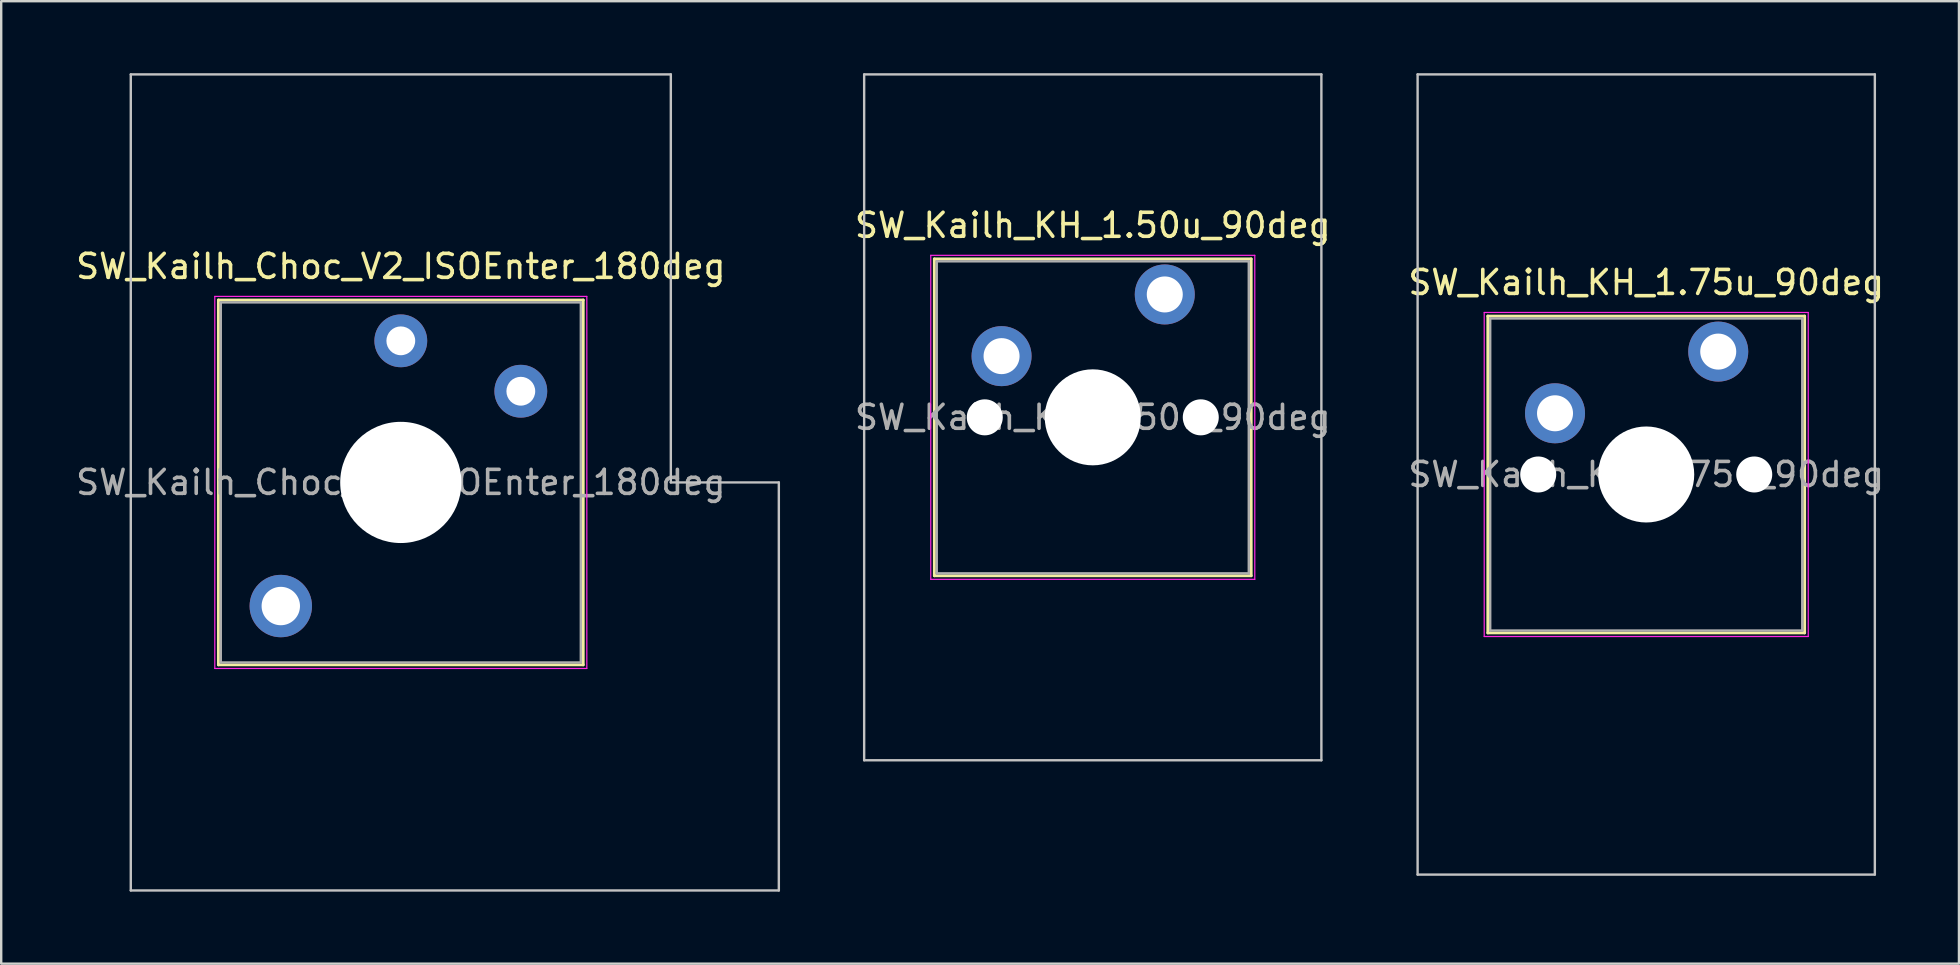
<source format=kicad_pcb>
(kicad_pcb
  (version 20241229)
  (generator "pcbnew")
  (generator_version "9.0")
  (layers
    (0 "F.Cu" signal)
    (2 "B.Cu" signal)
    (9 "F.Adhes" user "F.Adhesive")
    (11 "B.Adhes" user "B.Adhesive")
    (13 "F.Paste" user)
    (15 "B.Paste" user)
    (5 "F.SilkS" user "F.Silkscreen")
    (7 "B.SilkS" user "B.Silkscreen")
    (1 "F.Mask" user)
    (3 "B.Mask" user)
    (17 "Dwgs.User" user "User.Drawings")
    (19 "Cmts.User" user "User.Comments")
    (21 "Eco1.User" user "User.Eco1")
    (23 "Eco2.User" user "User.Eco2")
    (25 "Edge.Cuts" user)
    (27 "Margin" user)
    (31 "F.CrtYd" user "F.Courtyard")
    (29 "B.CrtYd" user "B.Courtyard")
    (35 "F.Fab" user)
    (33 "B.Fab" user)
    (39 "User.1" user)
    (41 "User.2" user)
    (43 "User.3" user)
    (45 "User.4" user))
  (footprint "SW_Kailh_KH_1.75u_90deg"
    (layer "F.Cu")
    (at 65.538 16.719)
    (property "Reference" "SW_Kailh_KH_1.75u_90deg" (at 0 -8 0) (layer "F.SilkS") (effects (font (size 1 1) (thickness 0.15))))
    (attr through_hole)
    (fp_line (start -6.6 -6.6) (end -6.6 6.6) (stroke (width 0.12) (type solid)) (layer "F.SilkS"))
    (fp_line (start -6.6 6.6) (end 6.6 6.6) (stroke (width 0.12) (type solid)) (layer "F.SilkS"))
    (fp_line (start 6.6 -6.6) (end -6.6 -6.6) (stroke (width 0.12) (type solid)) (layer "F.SilkS"))
    (fp_line (start 6.6 6.6) (end 6.6 -6.6) (stroke (width 0.12) (type solid)) (layer "F.SilkS"))
    (fp_line (start -9.525 -16.669) (end 9.525 -16.669) (stroke (width 0.1) (type solid)) (layer "Dwgs.User"))
    (fp_line (start -9.525 16.669) (end -9.525 -16.669) (stroke (width 0.1) (type solid)) (layer "Dwgs.User"))
    (fp_line (start 9.525 -16.669) (end 9.525 16.669) (stroke (width 0.1) (type solid)) (layer "Dwgs.User"))
    (fp_line (start 9.525 16.669) (end -9.525 16.669) (stroke (width 0.1) (type solid)) (layer "Dwgs.User"))
    (fp_line (start -6.1 -6.1) (end -6.1 6.1) (stroke (width 0.1) (type solid)) (layer "Eco1.User"))
    (fp_line (start -6.1 6.1) (end 6.1 6.1) (stroke (width 0.1) (type solid)) (layer "Eco1.User"))
    (fp_line (start 6.1 -6.1) (end -6.1 -6.1) (stroke (width 0.1) (type solid)) (layer "Eco1.User"))
    (fp_line (start 6.1 6.1) (end 6.1 -6.1) (stroke (width 0.1) (type solid)) (layer "Eco1.User"))
    (fp_line (start -6.75 -6.75) (end -6.75 6.75) (stroke (width 0.05) (type solid)) (layer "F.CrtYd"))
    (fp_line (start -6.75 6.75) (end 6.75 6.75) (stroke (width 0.05) (type solid)) (layer "F.CrtYd"))
    (fp_line (start 6.75 -6.75) (end -6.75 -6.75) (stroke (width 0.05) (type solid)) (layer "F.CrtYd"))
    (fp_line (start 6.75 6.75) (end 6.75 -6.75) (stroke (width 0.05) (type solid)) (layer "F.CrtYd"))
    (fp_line (start -6.5 -6.5) (end -6.5 6.5) (stroke (width 0.1) (type solid)) (layer "F.Fab"))
    (fp_line (start -6.5 6.5) (end 6.5 6.5) (stroke (width 0.1) (type solid)) (layer "F.Fab"))
    (fp_line (start 6.5 -6.5) (end -6.5 -6.5) (stroke (width 0.1) (type solid)) (layer "F.Fab"))
    (fp_line (start 6.5 6.5) (end 6.5 -6.5) (stroke (width 0.1) (type solid)) (layer "F.Fab"))
    (fp_text user "${REFERENCE}" (at 0 0 0) (layer "F.Fab") (effects (font (size 1 1) (thickness 0.15))))
    (pad "" np_thru_hole circle (at -4.5 0) (size 1.5 1.5) (drill 1.5) (layers "*.Cu" "*.Mask"))
    (pad "" smd circle (at -3.8 -2.55) (size 1.55 1.55) (layers "F.Mask"))
    (pad "" np_thru_hole circle (at 0 0) (size 4 4) (drill 4) (layers "*.Cu" "*.Mask"))
    (pad "" smd circle (at 3 -5.12) (size 1.55 1.55) (layers "F.Mask"))
    (pad "" np_thru_hole circle (at 4.5 0) (size 1.5 1.5) (drill 1.5) (layers "*.Cu" "*.Mask"))
    (pad "1" thru_hole circle (at -3.8 -2.55) (size 2.5 2.5) (drill 1.5) (layers "*.Cu" "B.Mask"))
    (pad "2" thru_hole circle (at 3 -5.12) (size 2.5 2.5) (drill 1.5) (layers "*.Cu" "B.Mask")))
  (footprint "SW_Kailh_KH_1.50u_90deg"
    (layer "F.Cu")
    (at 42.479 14.338)
    (property "Reference" "SW_Kailh_KH_1.50u_90deg" (at 0 -8 0) (layer "F.SilkS") (effects (font (size 1 1) (thickness 0.15))))
    (attr through_hole)
    (fp_line (start -6.6 -6.6) (end -6.6 6.6) (stroke (width 0.12) (type solid)) (layer "F.SilkS"))
    (fp_line (start -6.6 6.6) (end 6.6 6.6) (stroke (width 0.12) (type solid)) (layer "F.SilkS"))
    (fp_line (start 6.6 -6.6) (end -6.6 -6.6) (stroke (width 0.12) (type solid)) (layer "F.SilkS"))
    (fp_line (start 6.6 6.6) (end 6.6 -6.6) (stroke (width 0.12) (type solid)) (layer "F.SilkS"))
    (fp_line (start -9.525 -14.287) (end 9.525 -14.287) (stroke (width 0.1) (type solid)) (layer "Dwgs.User"))
    (fp_line (start -9.525 14.287) (end -9.525 -14.287) (stroke (width 0.1) (type solid)) (layer "Dwgs.User"))
    (fp_line (start 9.525 -14.287) (end 9.525 14.287) (stroke (width 0.1) (type solid)) (layer "Dwgs.User"))
    (fp_line (start 9.525 14.287) (end -9.525 14.287) (stroke (width 0.1) (type solid)) (layer "Dwgs.User"))
    (fp_line (start -6.1 -6.1) (end -6.1 6.1) (stroke (width 0.1) (type solid)) (layer "Eco1.User"))
    (fp_line (start -6.1 6.1) (end 6.1 6.1) (stroke (width 0.1) (type solid)) (layer "Eco1.User"))
    (fp_line (start 6.1 -6.1) (end -6.1 -6.1) (stroke (width 0.1) (type solid)) (layer "Eco1.User"))
    (fp_line (start 6.1 6.1) (end 6.1 -6.1) (stroke (width 0.1) (type solid)) (layer "Eco1.User"))
    (fp_line (start -6.75 -6.75) (end -6.75 6.75) (stroke (width 0.05) (type solid)) (layer "F.CrtYd"))
    (fp_line (start -6.75 6.75) (end 6.75 6.75) (stroke (width 0.05) (type solid)) (layer "F.CrtYd"))
    (fp_line (start 6.75 -6.75) (end -6.75 -6.75) (stroke (width 0.05) (type solid)) (layer "F.CrtYd"))
    (fp_line (start 6.75 6.75) (end 6.75 -6.75) (stroke (width 0.05) (type solid)) (layer "F.CrtYd"))
    (fp_line (start -6.5 -6.5) (end -6.5 6.5) (stroke (width 0.1) (type solid)) (layer "F.Fab"))
    (fp_line (start -6.5 6.5) (end 6.5 6.5) (stroke (width 0.1) (type solid)) (layer "F.Fab"))
    (fp_line (start 6.5 -6.5) (end -6.5 -6.5) (stroke (width 0.1) (type solid)) (layer "F.Fab"))
    (fp_line (start 6.5 6.5) (end 6.5 -6.5) (stroke (width 0.1) (type solid)) (layer "F.Fab"))
    (fp_text user "${REFERENCE}" (at 0 0 0) (layer "F.Fab") (effects (font (size 1 1) (thickness 0.15))))
    (pad "" np_thru_hole circle (at -4.5 0) (size 1.5 1.5) (drill 1.5) (layers "*.Cu" "*.Mask"))
    (pad "" smd circle (at -3.8 -2.55) (size 1.55 1.55) (layers "F.Mask"))
    (pad "" np_thru_hole circle (at 0 0) (size 4 4) (drill 4) (layers "*.Cu" "*.Mask"))
    (pad "" smd circle (at 3 -5.12) (size 1.55 1.55) (layers "F.Mask"))
    (pad "" np_thru_hole circle (at 4.5 0) (size 1.5 1.5) (drill 1.5) (layers "*.Cu" "*.Mask"))
    (pad "1" thru_hole circle (at -3.8 -2.55) (size 2.5 2.5) (drill 1.5) (layers "*.Cu" "B.Mask"))
    (pad "2" thru_hole circle (at 3 -5.12) (size 2.5 2.5) (drill 1.5) (layers "*.Cu" "B.Mask")))
  (footprint "SW_Kailh_Choc_V2_ISOEnter_180deg"
    (layer "F.Cu")
    (at 13.649 17.05)
    (property "Reference" "SW_Kailh_Choc_V2_ISOEnter_180deg" (at 0 -9 0) (layer "F.SilkS") (effects (font (size 1 1) (thickness 0.15))))
    (attr through_hole)
    (fp_line (start -7.6 -7.6) (end -7.6 7.6) (stroke (width 0.12) (type solid)) (layer "F.SilkS"))
    (fp_line (start -7.6 7.6) (end 7.6 7.6) (stroke (width 0.12) (type solid)) (layer "F.SilkS"))
    (fp_line (start 7.6 -7.6) (end -7.6 -7.6) (stroke (width 0.12) (type solid)) (layer "F.SilkS"))
    (fp_line (start 7.6 7.6) (end 7.6 -7.6) (stroke (width 0.12) (type solid)) (layer "F.SilkS"))
    (fp_line (start -11.25 -17) (end -11.25 17) (stroke (width 0.1) (type solid)) (layer "Dwgs.User"))
    (fp_line (start -11.25 17) (end 15.75 17) (stroke (width 0.1) (type solid)) (layer "Dwgs.User"))
    (fp_line (start 11.25 -17) (end -11.25 -17) (stroke (width 0.1) (type solid)) (layer "Dwgs.User"))
    (fp_line (start 11.25 0) (end 11.25 -17) (stroke (width 0.1) (type solid)) (layer "Dwgs.User"))
    (fp_line (start 15.75 0) (end 11.25 0) (stroke (width 0.1) (type solid)) (layer "Dwgs.User"))
    (fp_line (start 15.75 17) (end 15.75 0) (stroke (width 0.1) (type solid)) (layer "Dwgs.User"))
    (fp_line (start -7.25 -7.25) (end -7.25 7.25) (stroke (width 0.1) (type solid)) (layer "Eco1.User"))
    (fp_line (start -7.25 7.25) (end 7.25 7.25) (stroke (width 0.1) (type solid)) (layer "Eco1.User"))
    (fp_line (start 7.25 -7.25) (end -7.25 -7.25) (stroke (width 0.1) (type solid)) (layer "Eco1.User"))
    (fp_line (start 7.25 7.25) (end 7.25 -7.25) (stroke (width 0.1) (type solid)) (layer "Eco1.User"))
    (fp_line (start -7.75 -7.75) (end -7.75 7.75) (stroke (width 0.05) (type solid)) (layer "F.CrtYd"))
    (fp_line (start -7.75 7.75) (end 7.75 7.75) (stroke (width 0.05) (type solid)) (layer "F.CrtYd"))
    (fp_line (start 7.75 -7.75) (end -7.75 -7.75) (stroke (width 0.05) (type solid)) (layer "F.CrtYd"))
    (fp_line (start 7.75 7.75) (end 7.75 -7.75) (stroke (width 0.05) (type solid)) (layer "F.CrtYd"))
    (fp_line (start -7.5 -7.5) (end -7.5 7.5) (stroke (width 0.1) (type solid)) (layer "F.Fab"))
    (fp_line (start -7.5 7.5) (end 7.5 7.5) (stroke (width 0.1) (type solid)) (layer "F.Fab"))
    (fp_line (start 7.5 -7.5) (end -7.5 -7.5) (stroke (width 0.1) (type solid)) (layer "F.Fab"))
    (fp_line (start 7.5 7.5) (end 7.5 -7.5) (stroke (width 0.1) (type solid)) (layer "F.Fab"))
    (fp_text user "${REFERENCE}" (at 0 0 0) (layer "F.Fab") (effects (font (size 1 1) (thickness 0.15))))
    (pad "" smd circle (at -5 5.15) (size 1.65 1.65) (layers "F.Mask"))
    (pad "" thru_hole circle (at -5 5.15) (size 2.6 2.6) (drill 1.6) (layers "*.Cu" "B.Mask"))
    (pad "" smd circle (at 0 -5.9) (size 1.25 1.25) (layers "F.Mask"))
    (pad "" np_thru_hole circle (at 0 0) (size 5.05 5.05) (drill 5.05) (layers "*.Cu" "*.Mask"))
    (pad "" smd circle (at 5 -3.8) (size 1.25 1.25) (layers "F.Mask"))
    (pad "1" thru_hole circle (at 0 -5.9) (size 2.2 2.2) (drill 1.2) (layers "*.Cu" "B.Mask"))
    (pad "2" thru_hole circle (at 5 -3.8) (size 2.2 2.2) (drill 1.2) (layers "*.Cu" "B.Mask")))
  (gr_rect
    (start -3 -3)
    (end 78.568 37.1)
    (stroke (width 0.1) (type default))
    (fill no)
    (layer "Edge.Cuts")))
</source>
